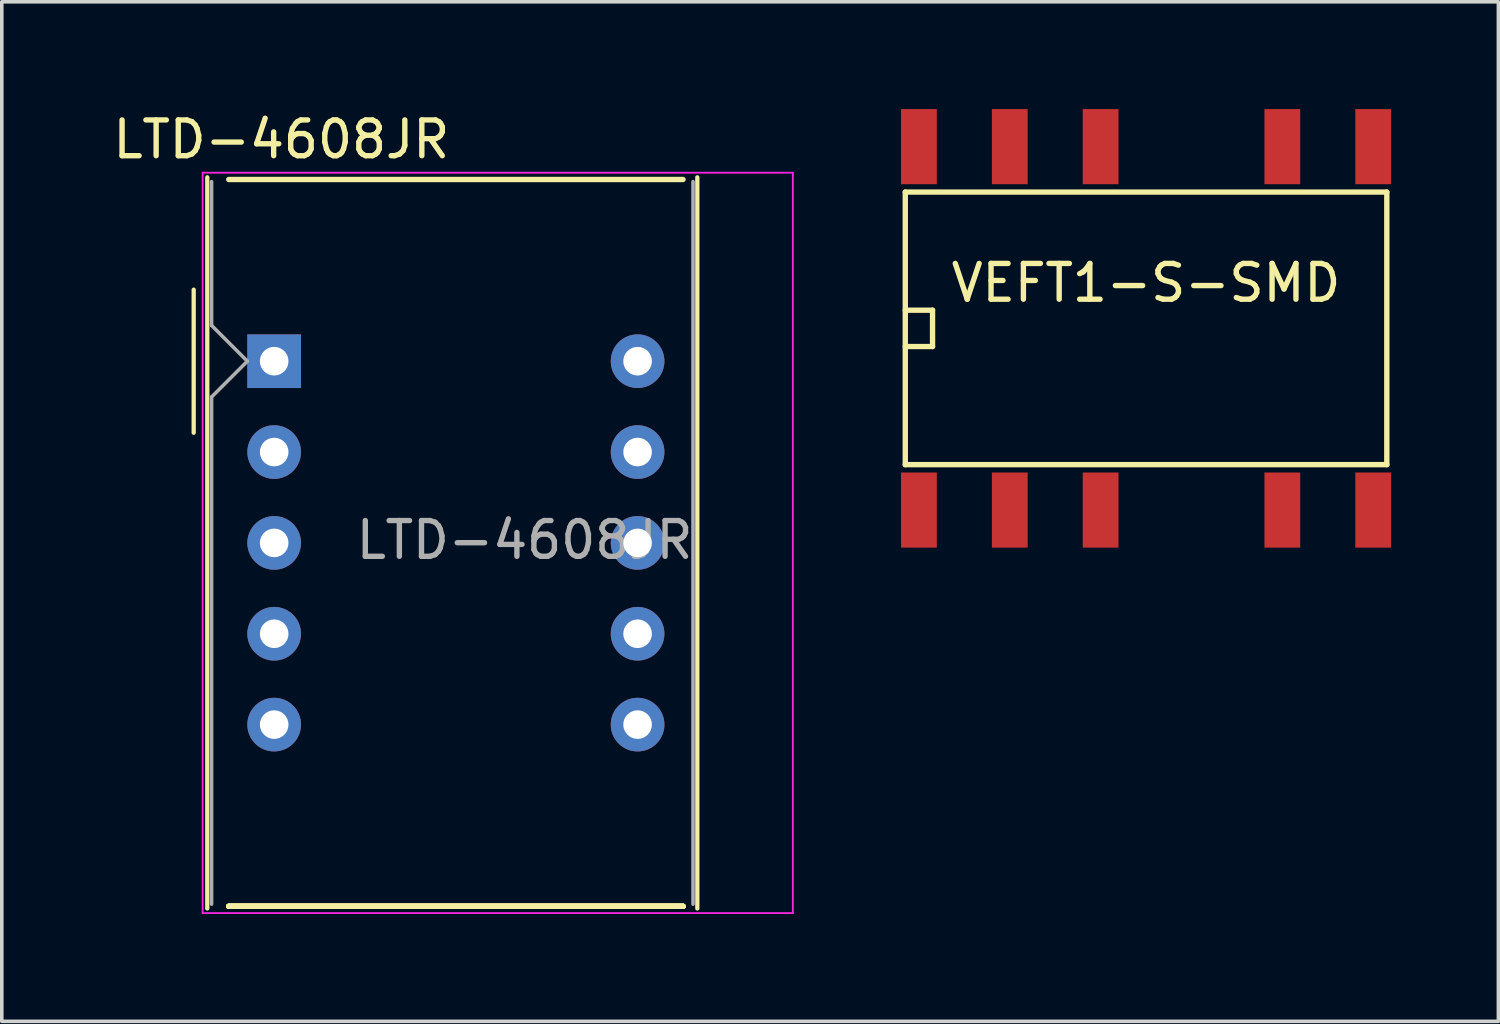
<source format=kicad_pcb>
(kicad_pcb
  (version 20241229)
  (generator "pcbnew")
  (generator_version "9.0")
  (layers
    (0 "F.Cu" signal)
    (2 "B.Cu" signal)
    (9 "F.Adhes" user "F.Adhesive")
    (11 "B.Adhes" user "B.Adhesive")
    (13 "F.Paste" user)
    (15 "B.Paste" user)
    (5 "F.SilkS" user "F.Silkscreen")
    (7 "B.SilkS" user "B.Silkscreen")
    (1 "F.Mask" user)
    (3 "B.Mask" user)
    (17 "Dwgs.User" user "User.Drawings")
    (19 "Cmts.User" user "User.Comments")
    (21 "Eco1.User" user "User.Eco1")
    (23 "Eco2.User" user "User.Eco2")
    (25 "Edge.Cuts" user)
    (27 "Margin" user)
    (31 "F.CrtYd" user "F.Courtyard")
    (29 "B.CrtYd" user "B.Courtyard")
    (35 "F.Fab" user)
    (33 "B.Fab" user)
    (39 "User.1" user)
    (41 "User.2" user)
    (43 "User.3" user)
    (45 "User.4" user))
  (footprint "VEFT1-S-SMD"
    (layer "F.Cu")
    (at 28.99 6.13)
    (property "Reference" "VEFT1-S-SMD" (at 0 -1.27 0) (layer "F.SilkS") (effects (font (size 1 1) (thickness 0.15))))
    (attr smd)
    (fp_line (start -6.731 -3.81) (end 6.731 -3.81) (stroke (width 0.15) (type solid)) (layer "F.SilkS"))
    (fp_line (start -6.731 -0.508) (end -5.969 -0.508) (stroke (width 0.15) (type solid)) (layer "F.SilkS"))
    (fp_line (start -6.731 3.81) (end -6.731 -3.81) (stroke (width 0.15) (type solid)) (layer "F.SilkS"))
    (fp_line (start -5.969 -0.508) (end -5.969 0.508) (stroke (width 0.15) (type solid)) (layer "F.SilkS"))
    (fp_line (start -5.969 0.508) (end -6.731 0.508) (stroke (width 0.15) (type solid)) (layer "F.SilkS"))
    (fp_line (start 6.731 -3.81) (end 6.731 3.81) (stroke (width 0.15) (type solid)) (layer "F.SilkS"))
    (fp_line (start 6.731 3.81) (end -6.731 3.81) (stroke (width 0.15) (type solid)) (layer "F.SilkS"))
    (pad "1" smd rect (at -6.35 5.08) (size 1 2.1) (layers "F.Cu" "F.Mask" "F.Paste"))
    (pad "2" smd rect (at -3.81 5.08) (size 1 2.1) (layers "F.Cu" "F.Mask" "F.Paste"))
    (pad "3" smd rect (at -1.27 5.08) (size 1 2.1) (layers "F.Cu" "F.Mask" "F.Paste"))
    (pad "5" smd rect (at 3.81 5.08) (size 1 2.1) (layers "F.Cu" "F.Mask" "F.Paste"))
    (pad "6" smd rect (at 6.35 5.08) (size 1 2.1) (layers "F.Cu" "F.Mask" "F.Paste"))
    (pad "7" smd rect (at 6.35 -5.08) (size 1 2.1) (layers "F.Cu" "F.Mask" "F.Paste"))
    (pad "8" smd rect (at 3.81 -5.08) (size 1 2.1) (layers "F.Cu" "F.Mask" "F.Paste"))
    (pad "10" smd rect (at -1.27 -5.08) (size 1 2.1) (layers "F.Cu" "F.Mask" "F.Paste"))
    (pad "11" smd rect (at -3.81 -5.08) (size 1 2.1) (layers "F.Cu" "F.Mask" "F.Paste"))
    (pad "12" smd rect (at -6.35 -5.08) (size 1 2.1) (layers "F.Cu" "F.Mask" "F.Paste")))
  (footprint "LTD-4608JR"
    (layer "F.Cu")
    (at 4.615 7.048)
    (property "Reference" "LTD-4608JR" (at 0.2 -6.2 0) (layer "F.SilkS") (effects (font (size 1 1) (thickness 0.15))))
    (attr through_hole)
    (fp_line (start -2.25 -2) (end -2.25 2) (stroke (width 0.12) (type solid)) (layer "F.SilkS"))
    (fp_line (start -1.87 15.3) (end -1.87 -5.14) (stroke (width 0.12) (type solid)) (layer "F.SilkS"))
    (fp_line (start -1.27 -5.08) (end 11.43 -5.08) (stroke (width 0.15) (type solid)) (layer "F.SilkS"))
    (fp_line (start -1.27 15.24) (end 11.43 15.24) (stroke (width 0.15) (type solid)) (layer "F.SilkS"))
    (fp_line (start -1.27 15.24) (end 11.43 15.24) (stroke (width 0.15) (type solid)) (layer "F.SilkS"))
    (fp_line (start -1.27 15.24) (end 11.43 15.24) (stroke (width 0.15) (type solid)) (layer "F.SilkS"))
    (fp_line (start 11.43 15.24) (end -1.27 15.24) (stroke (width 0.15) (type solid)) (layer "F.SilkS"))
    (fp_line (start 11.43 15.24) (end -1.27 15.24) (stroke (width 0.15) (type solid)) (layer "F.SilkS"))
    (fp_line (start 11.43 15.24) (end -1.27 15.24) (stroke (width 0.15) (type solid)) (layer "F.SilkS"))
    (fp_line (start 11.83 -5.14) (end 11.83 15.3) (stroke (width 0.12) (type solid)) (layer "F.SilkS"))
    (fp_line (start -2 -5.27) (end 14.5 -5.27) (stroke (width 0.05) (type solid)) (layer "F.CrtYd"))
    (fp_line (start -2 15.43) (end -2 -5.27) (stroke (width 0.05) (type solid)) (layer "F.CrtYd"))
    (fp_line (start 14.5 -5.27) (end 14.5 15.43) (stroke (width 0.05) (type solid)) (layer "F.CrtYd"))
    (fp_line (start 14.5 15.43) (end -2 15.43) (stroke (width 0.05) (type solid)) (layer "F.CrtYd"))
    (fp_line (start -1.75 -1) (end -1.75 -5.02) (stroke (width 0.1) (type solid)) (layer "F.Fab"))
    (fp_line (start -1.75 1) (end -0.75 0) (stroke (width 0.1) (type solid)) (layer "F.Fab"))
    (fp_line (start -1.75 15.18) (end -1.75 1) (stroke (width 0.1) (type solid)) (layer "F.Fab"))
    (fp_line (start -0.75 0) (end -1.75 -1) (stroke (width 0.1) (type solid)) (layer "F.Fab"))
    (fp_line (start 11.71 -5.02) (end 11.71 15.18) (stroke (width 0.1) (type solid)) (layer "F.Fab"))
    (fp_text user "${REFERENCE}" (at 7 5 0) (layer "F.Fab") (effects (font (size 1 1) (thickness 0.15))))
    (pad "1" thru_hole rect (at 0 0) (size 1.5 1.5) (drill 0.8) (layers "*.Cu" "*.Mask"))
    (pad "2" thru_hole circle (at 0 2.54) (size 1.5 1.5) (drill 0.8) (layers "*.Cu" "*.Mask"))
    (pad "3" thru_hole circle (at 0 5.08) (size 1.5 1.5) (drill 0.8) (layers "*.Cu" "*.Mask"))
    (pad "4" thru_hole circle (at 0 7.62) (size 1.5 1.5) (drill 0.8) (layers "*.Cu" "*.Mask"))
    (pad "5" thru_hole circle (at 0 10.16) (size 1.5 1.5) (drill 0.8) (layers "*.Cu" "*.Mask"))
    (pad "6" thru_hole circle (at 10.16 10.16) (size 1.5 1.5) (drill 0.8) (layers "*.Cu" "*.Mask"))
    (pad "7" thru_hole circle (at 10.16 7.62) (size 1.5 1.5) (drill 0.8) (layers "*.Cu" "*.Mask"))
    (pad "8" thru_hole circle (at 10.16 5.08) (size 1.5 1.5) (drill 0.8) (layers "*.Cu" "*.Mask"))
    (pad "9" thru_hole circle (at 10.16 2.54) (size 1.5 1.5) (drill 0.8) (layers "*.Cu" "*.Mask"))
    (pad "10" thru_hole circle (at 10.16 0) (size 1.5 1.5) (drill 0.8) (layers "*.Cu" "*.Mask")))
  (gr_rect
    (start -3 -3)
    (end 38.84 25.503)
    (stroke (width 0.1) (type default))
    (fill no)
    (layer "Edge.Cuts")))
</source>
